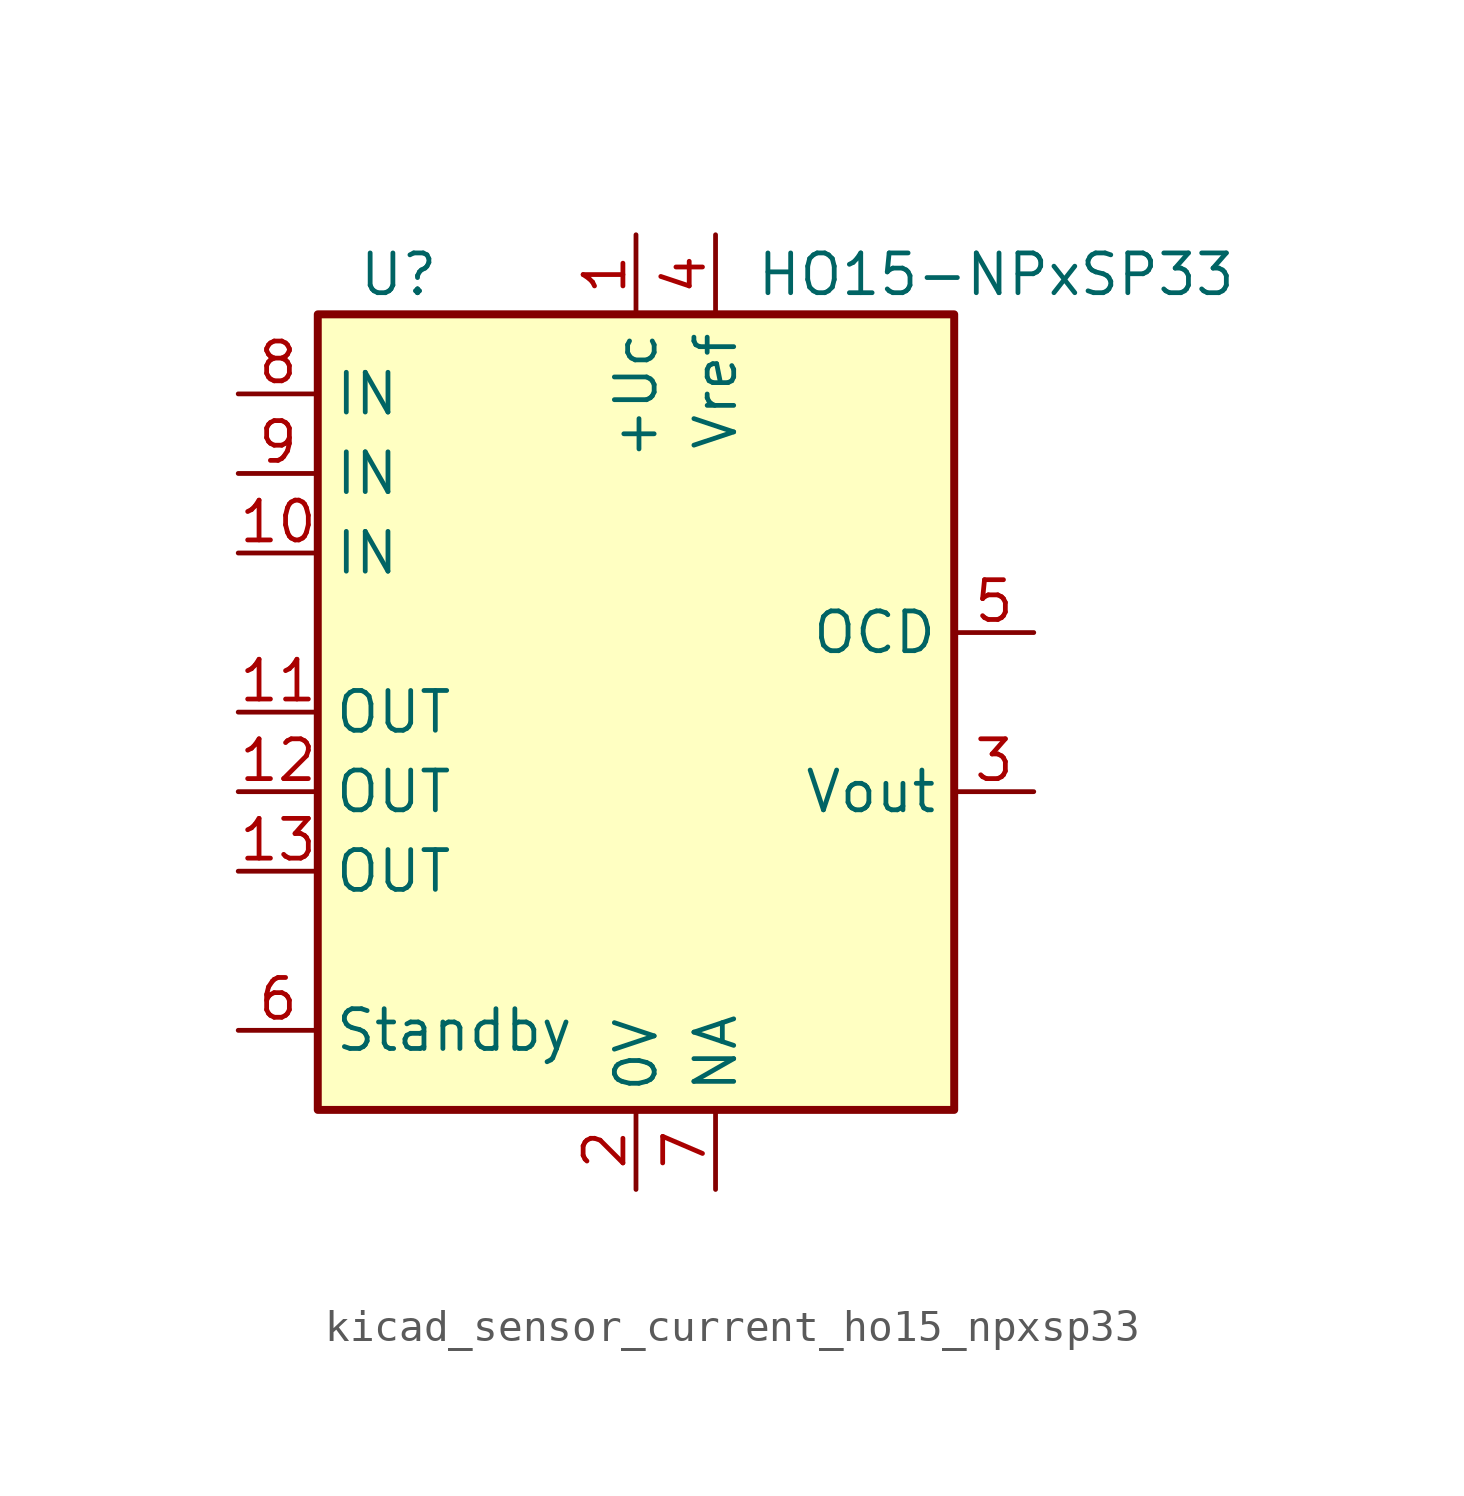
<source format=kicad_sym>
(kicad_symbol_lib
  (version 20220914)
  (generator kicad_symbol_editor)
  (symbol "kicad_sensor_current_ho15_npxsp33"
    (property "Reference" "U"
      (at -8.89 13.97 0)
      (effects (font (size 1.27 1.27)) (justify left)))
    (property "Value" "HO15-NPxSP33"
      (at 3.81 13.97 0)
      (effects (font (size 1.27 1.27)) (justify left)))
    (symbol "kicad_sensor_current_ho15_npxsp33_0_1"
      (rectangle (start -10.16 12.7) (end 10.16 -12.7) (stroke (width 0.254) (type default)) (fill (type background))))
    (symbol "kicad_sensor_current_ho15_npxsp33_1_1"
      (pin power_in line (at 0 15.24 270) (length 2.54) (name "+Uc" (effects (font (size 1.27 1.27)))) (number "1" (effects (font (size 1.27 1.27)))))
      (pin passive line (at -12.7 5.08 0) (length 2.54) (name "IN" (effects (font (size 1.27 1.27)))) (number "10" (effects (font (size 1.27 1.27)))))
      (pin passive line (at -12.7 0 0) (length 2.54) (name "OUT" (effects (font (size 1.27 1.27)))) (number "11" (effects (font (size 1.27 1.27)))))
      (pin passive line (at -12.7 -2.54 0) (length 2.54) (name "OUT" (effects (font (size 1.27 1.27)))) (number "12" (effects (font (size 1.27 1.27)))))
      (pin passive line (at -12.7 -5.08 0) (length 2.54) (name "OUT" (effects (font (size 1.27 1.27)))) (number "13" (effects (font (size 1.27 1.27)))))
      (pin power_in line (at 0 -15.24 90) (length 2.54) (name "0V" (effects (font (size 1.27 1.27)))) (number "2" (effects (font (size 1.27 1.27)))))
      (pin output line (at 12.7 -2.54 180) (length 2.54) (name "Vout" (effects (font (size 1.27 1.27)))) (number "3" (effects (font (size 1.27 1.27)))))
      (pin passive line (at 2.54 15.24 270) (length 2.54) (name "Vref" (effects (font (size 1.27 1.27)))) (number "4" (effects (font (size 1.27 1.27)))))
      (pin open_collector line (at 12.7 2.54 180) (length 2.54) (name "OCD" (effects (font (size 1.27 1.27)))) (number "5" (effects (font (size 1.27 1.27)))))
      (pin input line (at -12.7 -10.16 0) (length 2.54) (name "Standby" (effects (font (size 1.27 1.27)))) (number "6" (effects (font (size 1.27 1.27)))))
      (pin passive line (at 2.54 -15.24 90) (length 2.54) (name "NA" (effects (font (size 1.27 1.27)))) (number "7" (effects (font (size 1.27 1.27)))))
      (pin passive line (at -12.7 10.16 0) (length 2.54) (name "IN" (effects (font (size 1.27 1.27)))) (number "8" (effects (font (size 1.27 1.27)))))
      (pin passive line (at -12.7 7.62 0) (length 2.54) (name "IN" (effects (font (size 1.27 1.27)))) (number "9" (effects (font (size 1.27 1.27))))))))
</source>
